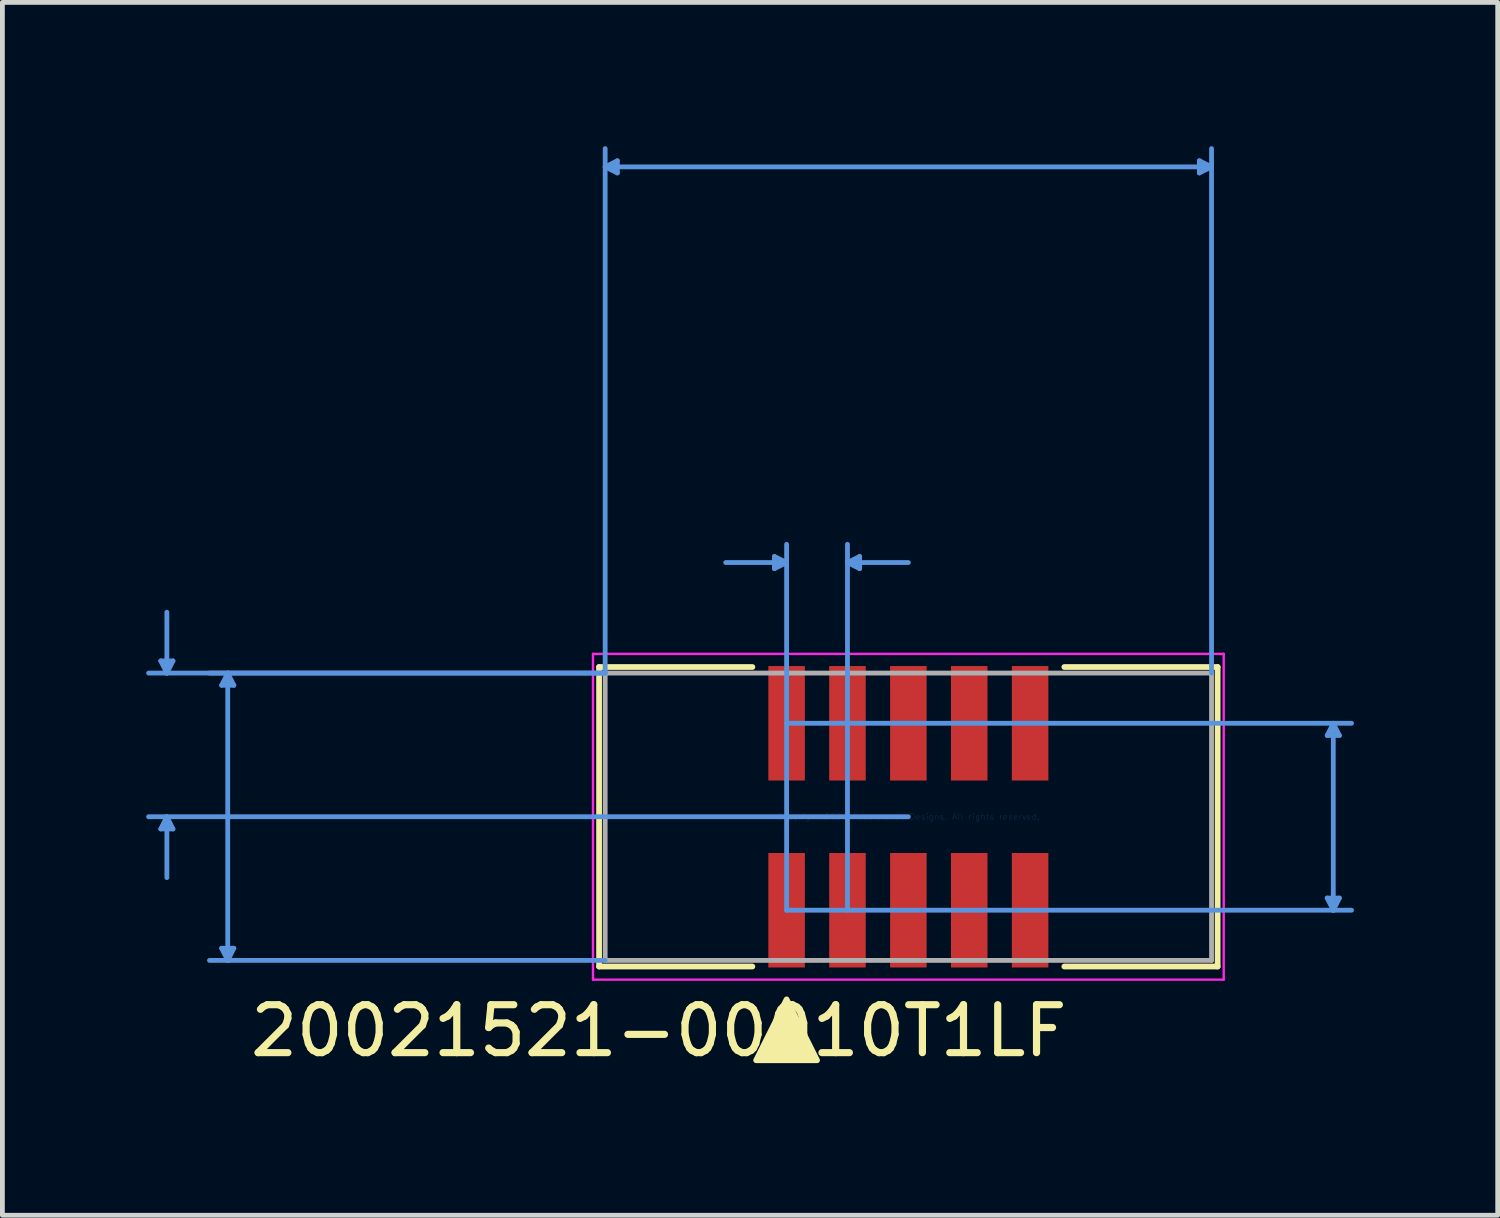
<source format=kicad_pcb>
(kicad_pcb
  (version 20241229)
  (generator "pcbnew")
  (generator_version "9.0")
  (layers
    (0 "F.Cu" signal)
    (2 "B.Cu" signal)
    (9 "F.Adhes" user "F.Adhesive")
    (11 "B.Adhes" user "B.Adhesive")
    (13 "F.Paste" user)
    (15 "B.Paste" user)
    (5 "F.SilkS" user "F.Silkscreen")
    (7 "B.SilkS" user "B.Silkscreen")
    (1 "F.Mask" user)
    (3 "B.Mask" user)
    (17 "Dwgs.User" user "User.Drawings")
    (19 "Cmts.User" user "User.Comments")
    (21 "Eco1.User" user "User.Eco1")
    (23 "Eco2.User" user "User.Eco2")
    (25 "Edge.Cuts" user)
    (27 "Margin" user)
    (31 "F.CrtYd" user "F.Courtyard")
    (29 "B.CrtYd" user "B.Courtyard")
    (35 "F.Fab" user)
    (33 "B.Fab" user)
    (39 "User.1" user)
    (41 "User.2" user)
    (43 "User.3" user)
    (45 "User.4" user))
  (footprint "20021521-00010T1LF"
    (layer "F.Cu")
    (at 15.9 13.989)
    (property "Reference" "20021521-00010T1LF" (at -5.207 4.466 0) (layer "F.SilkS") (effects (font (size 1 1) (thickness 0.15))))
    (attr through_hole)
    (fp_line (start -6.452 -3.124) (end -6.452 3.124) (stroke (width 0.12) (type solid)) (layer "F.SilkS"))
    (fp_line (start -6.452 3.124) (end -3.254 3.124) (stroke (width 0.12) (type solid)) (layer "F.SilkS"))
    (fp_line (start -3.254 -3.124) (end -6.452 -3.124) (stroke (width 0.12) (type solid)) (layer "F.SilkS"))
    (fp_line (start 3.254 3.124) (end 6.452 3.124) (stroke (width 0.12) (type solid)) (layer "F.SilkS"))
    (fp_line (start 6.452 -3.124) (end 3.254 -3.124) (stroke (width 0.12) (type solid)) (layer "F.SilkS"))
    (fp_line (start 6.452 3.124) (end 6.452 -3.124) (stroke (width 0.12) (type solid)) (layer "F.SilkS"))
    (fp_poly (pts (xy -1.905 5.08) (xy -3.175 5.08) (xy -2.54 3.81)) (stroke (width 0.12) (type solid)) (fill yes) (layer "F.SilkS"))
    (fp_line (start -15.596 -3.251) (end -15.342 -3.251) (stroke (width 0.1) (type solid)) (layer "Cmts.User"))
    (fp_line (start -15.596 0.254) (end -15.342 0.254) (stroke (width 0.1) (type solid)) (layer "Cmts.User"))
    (fp_line (start -15.469 -2.997) (end -15.596 -3.251) (stroke (width 0.1) (type solid)) (layer "Cmts.User"))
    (fp_line (start -15.469 -2.997) (end -15.469 -4.267) (stroke (width 0.1) (type solid)) (layer "Cmts.User"))
    (fp_line (start -15.469 -2.997) (end -15.342 -3.251) (stroke (width 0.1) (type solid)) (layer "Cmts.User"))
    (fp_line (start -15.469 0) (end -15.596 0.254) (stroke (width 0.1) (type solid)) (layer "Cmts.User"))
    (fp_line (start -15.469 0) (end -15.469 1.27) (stroke (width 0.1) (type solid)) (layer "Cmts.User"))
    (fp_line (start -15.469 0) (end -15.342 0.254) (stroke (width 0.1) (type solid)) (layer "Cmts.User"))
    (fp_line (start -14.326 -2.743) (end -14.072 -2.743) (stroke (width 0.1) (type solid)) (layer "Cmts.User"))
    (fp_line (start -14.326 2.743) (end -14.072 2.743) (stroke (width 0.1) (type solid)) (layer "Cmts.User"))
    (fp_line (start -14.199 -2.997) (end -14.326 -2.743) (stroke (width 0.1) (type solid)) (layer "Cmts.User"))
    (fp_line (start -14.199 -2.997) (end -14.199 2.997) (stroke (width 0.1) (type solid)) (layer "Cmts.User"))
    (fp_line (start -14.199 -2.997) (end -14.072 -2.743) (stroke (width 0.1) (type solid)) (layer "Cmts.User"))
    (fp_line (start -14.199 2.997) (end -14.326 2.743) (stroke (width 0.1) (type solid)) (layer "Cmts.User"))
    (fp_line (start -14.199 2.997) (end -14.072 2.743) (stroke (width 0.1) (type solid)) (layer "Cmts.User"))
    (fp_line (start -6.325 -13.558) (end -6.071 -13.685) (stroke (width 0.1) (type solid)) (layer "Cmts.User"))
    (fp_line (start -6.325 -13.558) (end -6.071 -13.431) (stroke (width 0.1) (type solid)) (layer "Cmts.User"))
    (fp_line (start -6.325 -13.558) (end 6.325 -13.558) (stroke (width 0.1) (type solid)) (layer "Cmts.User"))
    (fp_line (start -6.325 -2.997) (end -15.85 -2.997) (stroke (width 0.1) (type solid)) (layer "Cmts.User"))
    (fp_line (start -6.325 -2.997) (end -14.58 -2.997) (stroke (width 0.1) (type solid)) (layer "Cmts.User"))
    (fp_line (start -6.325 -2.997) (end -6.325 -13.939) (stroke (width 0.1) (type solid)) (layer "Cmts.User"))
    (fp_line (start -6.325 2.997) (end -14.58 2.997) (stroke (width 0.1) (type solid)) (layer "Cmts.User"))
    (fp_line (start -6.071 -13.685) (end -6.071 -13.431) (stroke (width 0.1) (type solid)) (layer "Cmts.User"))
    (fp_line (start -2.794 -5.43) (end -2.794 -5.176) (stroke (width 0.1) (type solid)) (layer "Cmts.User"))
    (fp_line (start -2.54 -5.303) (end -3.81 -5.303) (stroke (width 0.1) (type solid)) (layer "Cmts.User"))
    (fp_line (start -2.54 -5.303) (end -2.794 -5.43) (stroke (width 0.1) (type solid)) (layer "Cmts.User"))
    (fp_line (start -2.54 -5.303) (end -2.794 -5.176) (stroke (width 0.1) (type solid)) (layer "Cmts.User"))
    (fp_line (start -2.54 -1.95) (end 9.246 -1.95) (stroke (width 0.1) (type solid)) (layer "Cmts.User"))
    (fp_line (start -2.54 1.95) (end -2.54 -5.684) (stroke (width 0.1) (type solid)) (layer "Cmts.User"))
    (fp_line (start -2.54 1.95) (end 9.246 1.95) (stroke (width 0.1) (type solid)) (layer "Cmts.User"))
    (fp_line (start -1.27 -5.303) (end -1.016 -5.43) (stroke (width 0.1) (type solid)) (layer "Cmts.User"))
    (fp_line (start -1.27 -5.303) (end -1.016 -5.176) (stroke (width 0.1) (type solid)) (layer "Cmts.User"))
    (fp_line (start -1.27 -5.303) (end 0 -5.303) (stroke (width 0.1) (type solid)) (layer "Cmts.User"))
    (fp_line (start -1.27 1.95) (end -1.27 -5.684) (stroke (width 0.1) (type solid)) (layer "Cmts.User"))
    (fp_line (start -1.016 -5.43) (end -1.016 -5.176) (stroke (width 0.1) (type solid)) (layer "Cmts.User"))
    (fp_line (start 0 0) (end -15.85 0) (stroke (width 0.1) (type solid)) (layer "Cmts.User"))
    (fp_line (start 6.071 -13.685) (end 6.071 -13.431) (stroke (width 0.1) (type solid)) (layer "Cmts.User"))
    (fp_line (start 6.325 -13.558) (end 6.071 -13.685) (stroke (width 0.1) (type solid)) (layer "Cmts.User"))
    (fp_line (start 6.325 -13.558) (end 6.071 -13.431) (stroke (width 0.1) (type solid)) (layer "Cmts.User"))
    (fp_line (start 6.325 -2.997) (end 6.325 -13.939) (stroke (width 0.1) (type solid)) (layer "Cmts.User"))
    (fp_line (start 8.738 -1.696) (end 8.992 -1.696) (stroke (width 0.1) (type solid)) (layer "Cmts.User"))
    (fp_line (start 8.738 1.696) (end 8.992 1.696) (stroke (width 0.1) (type solid)) (layer "Cmts.User"))
    (fp_line (start 8.865 -1.95) (end 8.738 -1.696) (stroke (width 0.1) (type solid)) (layer "Cmts.User"))
    (fp_line (start 8.865 -1.95) (end 8.865 1.95) (stroke (width 0.1) (type solid)) (layer "Cmts.User"))
    (fp_line (start 8.865 -1.95) (end 8.992 -1.696) (stroke (width 0.1) (type solid)) (layer "Cmts.User"))
    (fp_line (start 8.865 1.95) (end 8.738 1.696) (stroke (width 0.1) (type solid)) (layer "Cmts.User"))
    (fp_line (start 8.865 1.95) (end 8.992 1.696) (stroke (width 0.1) (type solid)) (layer "Cmts.User"))
    (fp_line (start -6.579 -3.398) (end -6.579 3.398) (stroke (width 0.05) (type solid)) (layer "F.CrtYd"))
    (fp_line (start -6.579 3.398) (end 6.579 3.398) (stroke (width 0.05) (type solid)) (layer "F.CrtYd"))
    (fp_line (start 6.579 -3.398) (end -6.579 -3.398) (stroke (width 0.05) (type solid)) (layer "F.CrtYd"))
    (fp_line (start 6.579 3.398) (end 6.579 -3.398) (stroke (width 0.05) (type solid)) (layer "F.CrtYd"))
    (fp_line (start -6.325 -2.997) (end -6.325 2.997) (stroke (width 0.1) (type solid)) (layer "F.Fab"))
    (fp_line (start -6.325 2.997) (end 6.325 2.997) (stroke (width 0.1) (type solid)) (layer "F.Fab"))
    (fp_line (start 6.325 -2.997) (end -6.325 -2.997) (stroke (width 0.1) (type solid)) (layer "F.Fab"))
    (fp_line (start 6.325 2.997) (end 6.325 -2.997) (stroke (width 0.1) (type solid)) (layer "F.Fab"))
    (fp_text user "Copyright 2021 Accelerated Designs. All rights reserved." (at 0 0 0) (layer "Cmts.User") (effects (font (size 0.127 0.127) (thickness 0.002))))
    (pad "1" smd rect (at -2.54 1.95) (size 0.762 2.388) (layers "F.Cu" "F.Mask" "F.Paste"))
    (pad "2" smd rect (at -2.54 -1.95) (size 0.762 2.388) (layers "F.Cu" "F.Mask" "F.Paste"))
    (pad "3" smd rect (at -1.27 1.95) (size 0.762 2.388) (layers "F.Cu" "F.Mask" "F.Paste"))
    (pad "4" smd rect (at -1.27 -1.95) (size 0.762 2.388) (layers "F.Cu" "F.Mask" "F.Paste"))
    (pad "5" smd rect (at 0 1.95) (size 0.762 2.388) (layers "F.Cu" "F.Mask" "F.Paste"))
    (pad "6" smd rect (at 0 -1.95) (size 0.762 2.388) (layers "F.Cu" "F.Mask" "F.Paste"))
    (pad "7" smd rect (at 1.27 1.95) (size 0.762 2.388) (layers "F.Cu" "F.Mask" "F.Paste"))
    (pad "8" smd rect (at 1.27 -1.95) (size 0.762 2.388) (layers "F.Cu" "F.Mask" "F.Paste"))
    (pad "9" smd rect (at 2.54 1.95) (size 0.762 2.388) (layers "F.Cu" "F.Mask" "F.Paste"))
    (pad "10" smd rect (at 2.54 -1.95) (size 0.762 2.388) (layers "F.Cu" "F.Mask" "F.Paste")))
  (gr_rect
    (start -3 -3)
    (end 28.195 22.303)
    (stroke (width 0.1) (type default))
    (fill no)
    (layer "Edge.Cuts")))
</source>
